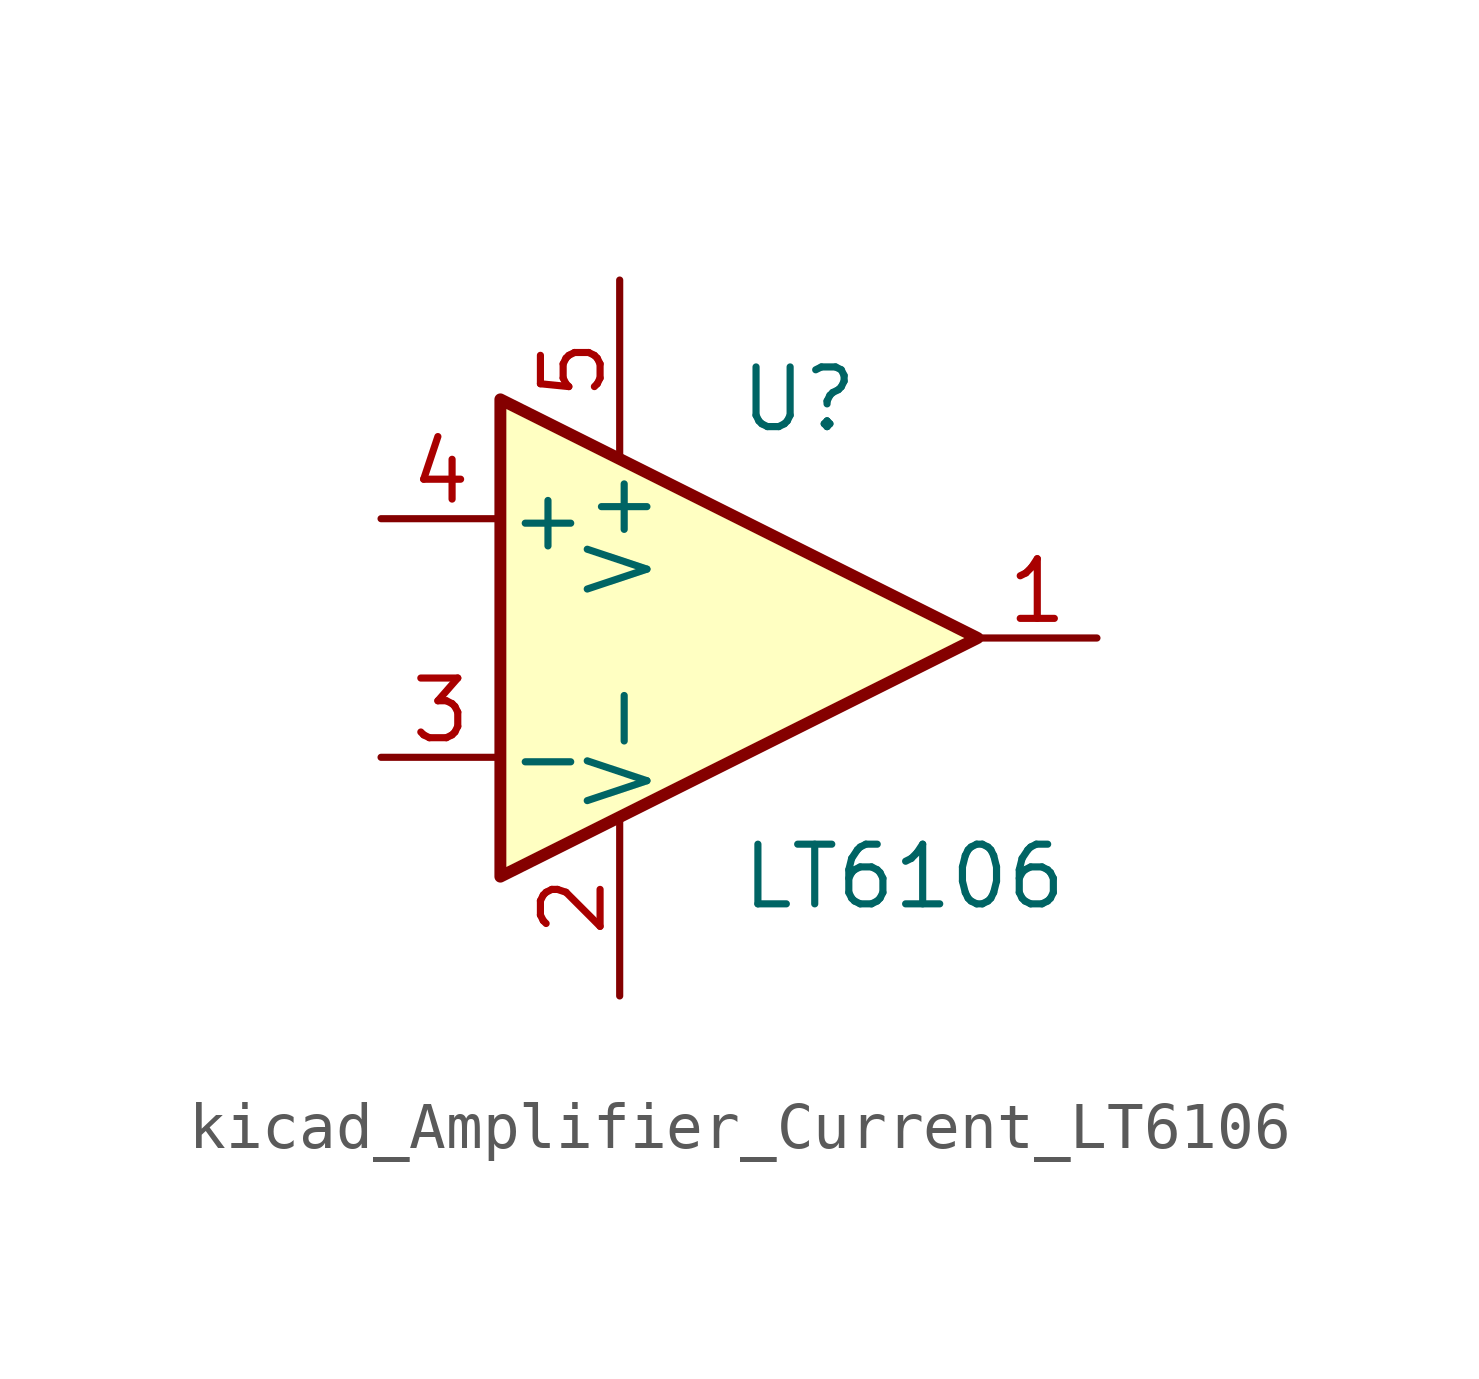
<source format=kicad_sym>
(kicad_symbol_lib
  (version 20220914)
  (generator kicad_symbol_editor)
  (symbol "kicad_Amplifier_Current_LT6106"
    (pin_names
      (offset 0.127))
    (property "Reference" "U"
      (at 1.27 5.08 0)
      (effects (font (size 1.27 1.27))))
    (property "Value" "LT6106"
      (at 0 -5.08 0)
      (effects (font (size 1.27 1.27)) (justify left)))
    (symbol "kicad_Amplifier_Current_LT6106_0_1"
      (polyline (pts (xy -5.08 5.08) (xy 5.08 0) (xy -5.08 -5.08) (xy -5.08 5.08)) (stroke (width 0.254) (type default)) (fill (type background))))
    (symbol "kicad_Amplifier_Current_LT6106_1_1"
      (pin open_collector line (at 7.62 0 180) (length 2.54) (name "~" (effects (font (size 1.27 1.27)))) (number "1" (effects (font (size 1.27 1.27)))))
      (pin power_in line (at -2.54 -7.62 90) (length 3.81) (name "V-" (effects (font (size 1.27 1.27)))) (number "2" (effects (font (size 1.27 1.27)))))
      (pin input line (at -7.62 -2.54 0) (length 2.54) (name "-" (effects (font (size 1.27 1.27)))) (number "3" (effects (font (size 1.27 1.27)))))
      (pin input line (at -7.62 2.54 0) (length 2.54) (name "+" (effects (font (size 1.27 1.27)))) (number "4" (effects (font (size 1.27 1.27)))))
      (pin power_in line (at -2.54 7.62 270) (length 3.81) (name "V+" (effects (font (size 1.27 1.27)))) (number "5" (effects (font (size 1.27 1.27))))))))
</source>
